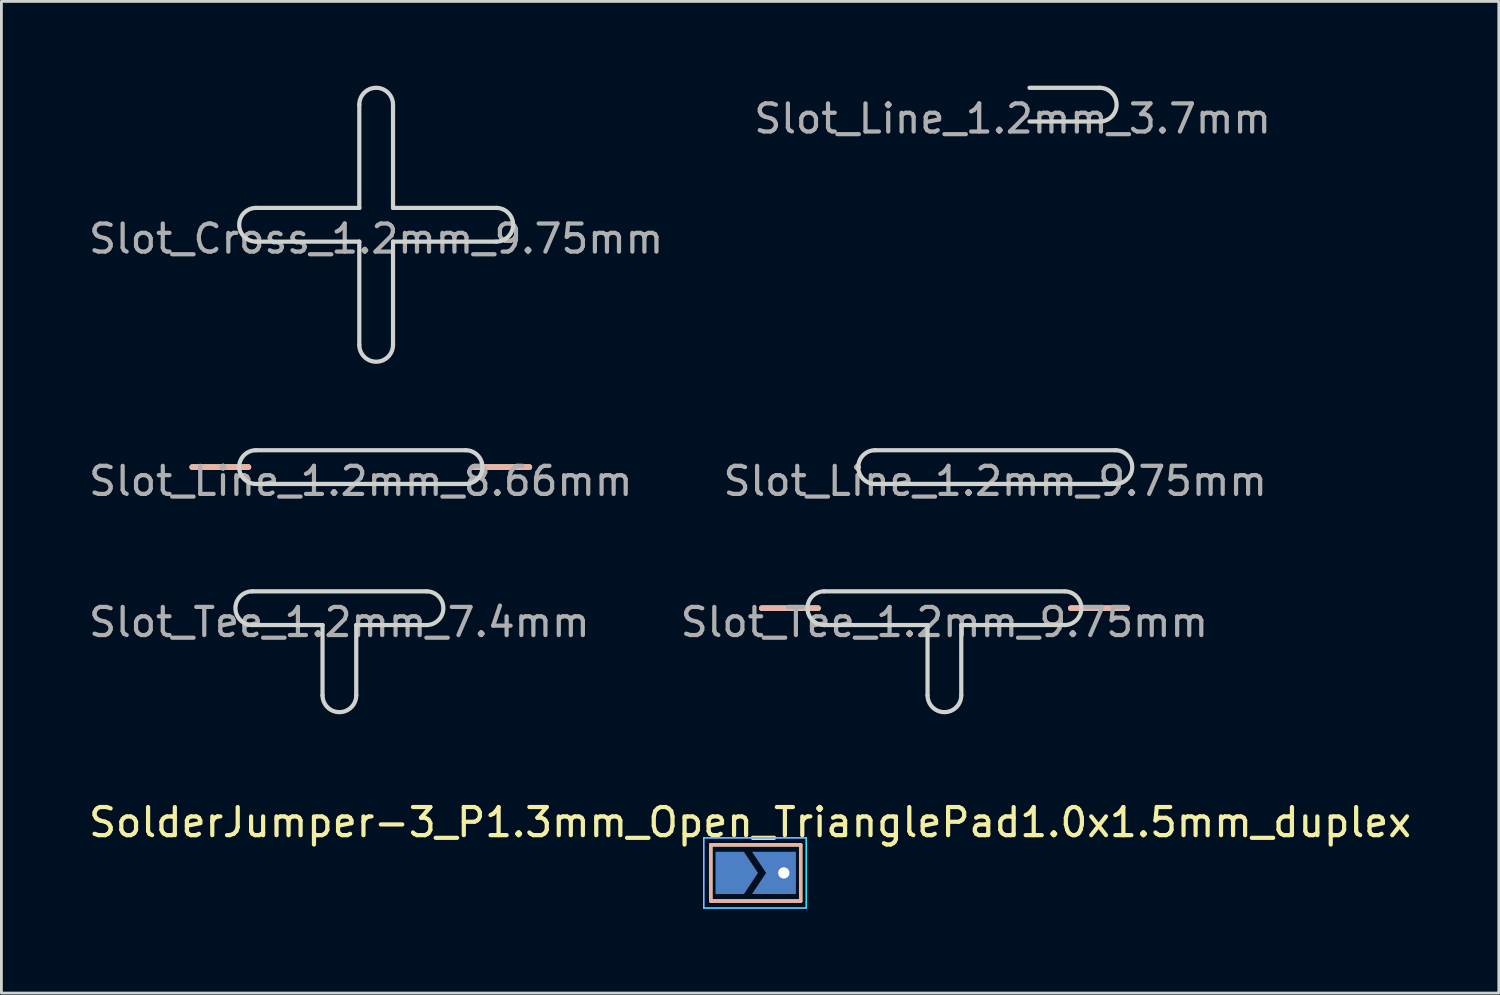
<source format=kicad_pcb>
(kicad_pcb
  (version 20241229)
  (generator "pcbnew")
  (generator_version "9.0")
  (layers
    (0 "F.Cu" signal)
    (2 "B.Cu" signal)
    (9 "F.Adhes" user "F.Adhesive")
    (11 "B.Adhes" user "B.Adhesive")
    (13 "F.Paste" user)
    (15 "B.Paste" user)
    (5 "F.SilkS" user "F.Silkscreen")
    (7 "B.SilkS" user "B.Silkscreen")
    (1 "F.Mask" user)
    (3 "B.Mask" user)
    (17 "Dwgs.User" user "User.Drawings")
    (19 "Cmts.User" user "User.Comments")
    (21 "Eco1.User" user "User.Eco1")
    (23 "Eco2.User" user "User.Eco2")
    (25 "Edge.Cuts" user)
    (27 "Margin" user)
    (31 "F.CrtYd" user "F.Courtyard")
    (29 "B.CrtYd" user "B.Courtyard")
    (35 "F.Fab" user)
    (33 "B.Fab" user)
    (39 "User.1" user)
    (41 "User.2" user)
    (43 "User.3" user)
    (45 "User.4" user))
  (footprint "Slot_Tee_1.2mm_9.75mm"
    (layer "F.Cu")
    (at 30.565 18.598)
    (property "Reference" "Slot_Tee_1.2mm_9.75mm" (at 0 0.5 0) (layer "F.Fab") (effects (font (size 1 1) (thickness 0.15))))
    (attr through_hole)
    (fp_line (start -4.5 0) (end -6.5 0) (stroke (width 0.2) (type solid)) (layer "F.SilkS"))
    (fp_line (start 4.5 0) (end 6.5 0) (stroke (width 0.2) (type solid)) (layer "F.SilkS"))
    (fp_line (start -4.5 0) (end -6.5 0) (stroke (width 0.2) (type solid)) (layer "B.SilkS"))
    (fp_line (start 4.5 0) (end 6.5 0) (stroke (width 0.2) (type solid)) (layer "B.SilkS"))
    (fp_line (start -4.275 0.6) (end -0.6 0.6) (stroke (width 0.15) (type solid)) (layer "Edge.Cuts"))
    (fp_line (start -0.6 0.6) (end -0.6 3.1) (stroke (width 0.15) (type solid)) (layer "Edge.Cuts"))
    (fp_line (start 0.6 0.6) (end 4.275 0.6) (stroke (width 0.15) (type solid)) (layer "Edge.Cuts"))
    (fp_line (start 0.6 3.1) (end 0.6 0.6) (stroke (width 0.15) (type solid)) (layer "Edge.Cuts"))
    (fp_line (start 4.275 -0.6) (end -4.275 -0.6) (stroke (width 0.15) (type solid)) (layer "Edge.Cuts"))
    (fp_arc (start -4.275 0.6) (mid -4.875 0) (end -4.275 -0.6) (stroke (width 0.15) (type solid)) (layer "Edge.Cuts"))
    (fp_arc (start 0.6 3.1) (mid 0 3.7) (end -0.6 3.1) (stroke (width 0.15) (type solid)) (layer "Edge.Cuts"))
    (fp_arc (start 4.275 -0.6) (mid 4.875 0) (end 4.275 0.6) (stroke (width 0.15) (type solid)) (layer "Edge.Cuts")))
  (footprint "Slot_Line_1.2mm_8.66mm"
    (layer "F.Cu")
    (at 9.792 13.575)
    (property "Reference" "Slot_Line_1.2mm_8.66mm" (at 0 0.5 0) (layer "F.Fab") (effects (font (size 1 1) (thickness 0.15))))
    (attr through_hole)
    (fp_line (start -4 0) (end -6 0) (stroke (width 0.2) (type solid)) (layer "F.SilkS"))
    (fp_line (start 4 0) (end 6 0) (stroke (width 0.2) (type solid)) (layer "F.SilkS"))
    (fp_line (start -4 0) (end -6 0) (stroke (width 0.2) (type solid)) (layer "B.SilkS"))
    (fp_line (start 4 0) (end 6 0) (stroke (width 0.2) (type solid)) (layer "B.SilkS"))
    (fp_line (start -3.73 -0.6) (end 3.73 -0.6) (stroke (width 0.15) (type solid)) (layer "Edge.Cuts"))
    (fp_line (start 3.73 0.6) (end -3.73 0.6) (stroke (width 0.15) (type solid)) (layer "Edge.Cuts"))
    (fp_arc (start -3.73 0.6) (mid -4.33 0) (end -3.73 -0.6) (stroke (width 0.15) (type solid)) (layer "Edge.Cuts"))
    (fp_arc (start 3.73 -0.6) (mid 4.33 0) (end 3.73 0.6) (stroke (width 0.15) (type solid)) (layer "Edge.Cuts")))
  (footprint "Slot_Cross_1.2mm_9.75mm"
    (layer "F.Cu")
    (at 10.339 4.95)
    (property "Reference" "Slot_Cross_1.2mm_9.75mm" (at 0 0.5 0) (layer "F.Fab") (effects (font (size 1 1) (thickness 0.15))))
    (attr through_hole)
    (fp_line (start -4.275 0.6) (end -0.6 0.6) (stroke (width 0.15) (type solid)) (layer "Edge.Cuts"))
    (fp_line (start -0.6 -4.275) (end -0.6 -0.6) (stroke (width 0.15) (type solid)) (layer "Edge.Cuts"))
    (fp_line (start -0.6 -0.6) (end -4.275 -0.6) (stroke (width 0.15) (type solid)) (layer "Edge.Cuts"))
    (fp_line (start -0.6 0.6) (end -0.6 4.275) (stroke (width 0.15) (type solid)) (layer "Edge.Cuts"))
    (fp_line (start 0.6 -0.6) (end 0.6 -4.275) (stroke (width 0.15) (type solid)) (layer "Edge.Cuts"))
    (fp_line (start 0.6 0.6) (end 4.275 0.6) (stroke (width 0.15) (type solid)) (layer "Edge.Cuts"))
    (fp_line (start 0.6 4.275) (end 0.6 0.6) (stroke (width 0.15) (type solid)) (layer "Edge.Cuts"))
    (fp_line (start 4.275 -0.6) (end 0.6 -0.6) (stroke (width 0.15) (type solid)) (layer "Edge.Cuts"))
    (fp_arc (start -4.275 0.6) (mid -4.875 0) (end -4.275 -0.6) (stroke (width 0.15) (type solid)) (layer "Edge.Cuts"))
    (fp_arc (start -0.6 -4.275) (mid 0 -4.875) (end 0.6 -4.275) (stroke (width 0.15) (type solid)) (layer "Edge.Cuts"))
    (fp_arc (start 0.6 4.275) (mid 0 4.875) (end -0.6 4.275) (stroke (width 0.15) (type solid)) (layer "Edge.Cuts"))
    (fp_arc (start 4.275 -0.6) (mid 4.875 0) (end 4.275 0.6) (stroke (width 0.15) (type solid)) (layer "Edge.Cuts")))
  (footprint "Slot_Line_1.2mm_9.75mm"
    (layer "F.Cu")
    (at 32.375 13.575)
    (property "Reference" "Slot_Line_1.2mm_9.75mm" (at 0 0.5 0) (layer "F.Fab") (effects (font (size 1 1) (thickness 0.15))))
    (attr through_hole)
    (fp_line (start -4.275 0.6) (end 4.275 0.6) (stroke (width 0.15) (type solid)) (layer "Edge.Cuts"))
    (fp_line (start 4.275 -0.6) (end -4.275 -0.6) (stroke (width 0.15) (type solid)) (layer "Edge.Cuts"))
    (fp_arc (start -4.275 0.6) (mid -4.875 0) (end -4.275 -0.6) (stroke (width 0.15) (type solid)) (layer "Edge.Cuts"))
    (fp_arc (start 4.275 -0.6) (mid 4.875 0) (end 4.275 0.6) (stroke (width 0.15) (type solid)) (layer "Edge.Cuts")))
  (footprint "SolderJumper-3_P1.3mm_Open_TrianglePad1.0x1.5mm_duplex"
    (layer "F.Cu")
    (at 23.649 28.021)
    (property "Reference" "SolderJumper-3_P1.3mm_Open_TrianglePad1.0x1.5mm_duplex" (at 0 -1.8 0) (layer "F.SilkS") (effects (font (size 1 1) (thickness 0.15))))
    (attr exclude_from_pos_files exclude_from_bom)
    (fp_line (start -1.4 -1) (end 1.8 -1) (stroke (width 0.12) (type solid)) (layer "F.SilkS"))
    (fp_line (start -1.4 1) (end -1.4 -1) (stroke (width 0.12) (type solid)) (layer "F.SilkS"))
    (fp_line (start 1.8 -1) (end 1.8 1) (stroke (width 0.12) (type solid)) (layer "F.SilkS"))
    (fp_line (start 1.8 1) (end -1.4 1) (stroke (width 0.12) (type solid)) (layer "F.SilkS"))
    (fp_line (start -1.4 -1) (end 1.8 -1) (stroke (width 0.12) (type solid)) (layer "B.SilkS"))
    (fp_line (start -1.4 1) (end -1.4 -1) (stroke (width 0.12) (type solid)) (layer "B.SilkS"))
    (fp_line (start 1.8 -1) (end 1.8 1) (stroke (width 0.12) (type solid)) (layer "B.SilkS"))
    (fp_line (start 1.8 1) (end -1.4 1) (stroke (width 0.12) (type solid)) (layer "B.SilkS"))
    (fp_line (start -1.65 -1.25) (end -1.65 1.25) (stroke (width 0.05) (type solid)) (layer "B.CrtYd"))
    (fp_line (start -1.65 -1.25) (end 2 -1.25) (stroke (width 0.05) (type solid)) (layer "B.CrtYd"))
    (fp_line (start 2 1.25) (end -1.65 1.25) (stroke (width 0.05) (type solid)) (layer "B.CrtYd"))
    (fp_line (start 2 1.25) (end 2 -1.25) (stroke (width 0.05) (type solid)) (layer "B.CrtYd"))
    (fp_line (start -1.65 -1.25) (end -1.65 1.25) (stroke (width 0.05) (type solid)) (layer "F.CrtYd"))
    (fp_line (start -1.65 -1.25) (end 2 -1.25) (stroke (width 0.05) (type solid)) (layer "F.CrtYd"))
    (fp_line (start 2 1.25) (end -1.65 1.25) (stroke (width 0.05) (type solid)) (layer "F.CrtYd"))
    (fp_line (start 2 1.25) (end 2 -1.25) (stroke (width 0.05) (type solid)) (layer "F.CrtYd"))
    (pad "1" smd custom (at -0.725 0) (size 0.3 0.3) (layers "F.Cu" "F.Mask") (options (anchor rect)) (primitives (gr_poly (pts (xy -0.5 -0.75) (xy 0.5 -0.75) (xy 1 0) (xy 0.5 0.75) (xy -0.5 0.75)) (width 0) (fill yes))))
    (pad "2" smd custom (at 0.725 0) (size 0.3 0.3) (layers "F.Cu" "F.Mask") (options (anchor rect)) (primitives (gr_poly (pts (xy -0.65 -0.75) (xy 0.9 -0.75) (xy 0.9 0.75) (xy -0.65 0.75) (xy -0.15 0)) (width 0) (fill yes))))
    (pad "2" smd custom (at 0.725 0) (size 0.3 0.3) (layers "B.Cu" "B.Mask") (options (anchor rect)) (primitives (gr_poly (pts (xy -0.65 -0.75) (xy 0.9 -0.75) (xy 0.9 0.75) (xy -0.65 0.75) (xy -0.15 0)) (width 0) (fill yes))))
    (pad "2" thru_hole circle (at 1.2 0) (size 0.8 0.8) (drill 0.4) (layers "*.Cu" "*.Mask"))
    (pad "3" smd custom (at -0.725 0) (size 0.3 0.3) (layers "B.Cu" "B.Mask") (options (anchor rect)) (primitives (gr_poly (pts (xy -0.5 -0.75) (xy 0.5 -0.75) (xy 1 0) (xy 0.5 0.75) (xy -0.5 0.75)) (width 0) (fill yes)))))
  (footprint "Slot_Line_1.2mm_3.7mm"
    (layer "F.Cu")
    (at 32.994 0.675)
    (property "Reference" "Slot_Line_1.2mm_3.7mm" (at 0 0.5 0) (layer "F.Fab") (effects (font (size 1 1) (thickness 0.15))))
    (attr through_hole)
    (fp_line (start 0.6 0.6) (end 3.1 0.6) (stroke (width 0.15) (type solid)) (layer "Edge.Cuts"))
    (fp_line (start 3.1 -0.6) (end 0.6 -0.6) (stroke (width 0.15) (type solid)) (layer "Edge.Cuts"))
    (fp_arc (start 3.1 -0.6) (mid 3.7 0) (end 3.1 0.6) (stroke (width 0.15) (type solid)) (layer "Edge.Cuts")))
  (footprint "Slot_Tee_1.2mm_7.4mm"
    (layer "F.Cu")
    (at 9.03 18.598)
    (property "Reference" "Slot_Tee_1.2mm_7.4mm" (at 0 0.5 0) (layer "F.Fab") (effects (font (size 1 1) (thickness 0.15))))
    (attr through_hole)
    (fp_line (start -3.1 -0.6) (end 3.1 -0.6) (stroke (width 0.15) (type solid)) (layer "Edge.Cuts"))
    (fp_line (start -0.6 0.6) (end -3.1 0.6) (stroke (width 0.15) (type solid)) (layer "Edge.Cuts"))
    (fp_line (start -0.6 3.1) (end -0.6 0.6) (stroke (width 0.15) (type solid)) (layer "Edge.Cuts"))
    (fp_line (start 0.6 0.6) (end 0.6 3.1) (stroke (width 0.15) (type solid)) (layer "Edge.Cuts"))
    (fp_line (start 3.1 0.6) (end 0.6 0.6) (stroke (width 0.15) (type solid)) (layer "Edge.Cuts"))
    (fp_arc (start -3.1 0.6) (mid -3.7 0) (end -3.1 -0.6) (stroke (width 0.15) (type solid)) (layer "Edge.Cuts"))
    (fp_arc (start 0.6 3.1) (mid 0 3.7) (end -0.6 3.1) (stroke (width 0.15) (type solid)) (layer "Edge.Cuts"))
    (fp_arc (start 3.1 -0.6) (mid 3.7 0) (end 3.1 0.6) (stroke (width 0.15) (type solid)) (layer "Edge.Cuts")))
  (gr_rect
    (start -3 -3)
    (end 50.298 32.297)
    (stroke (width 0.1) (type default))
    (fill no)
    (layer "Edge.Cuts")))
</source>
